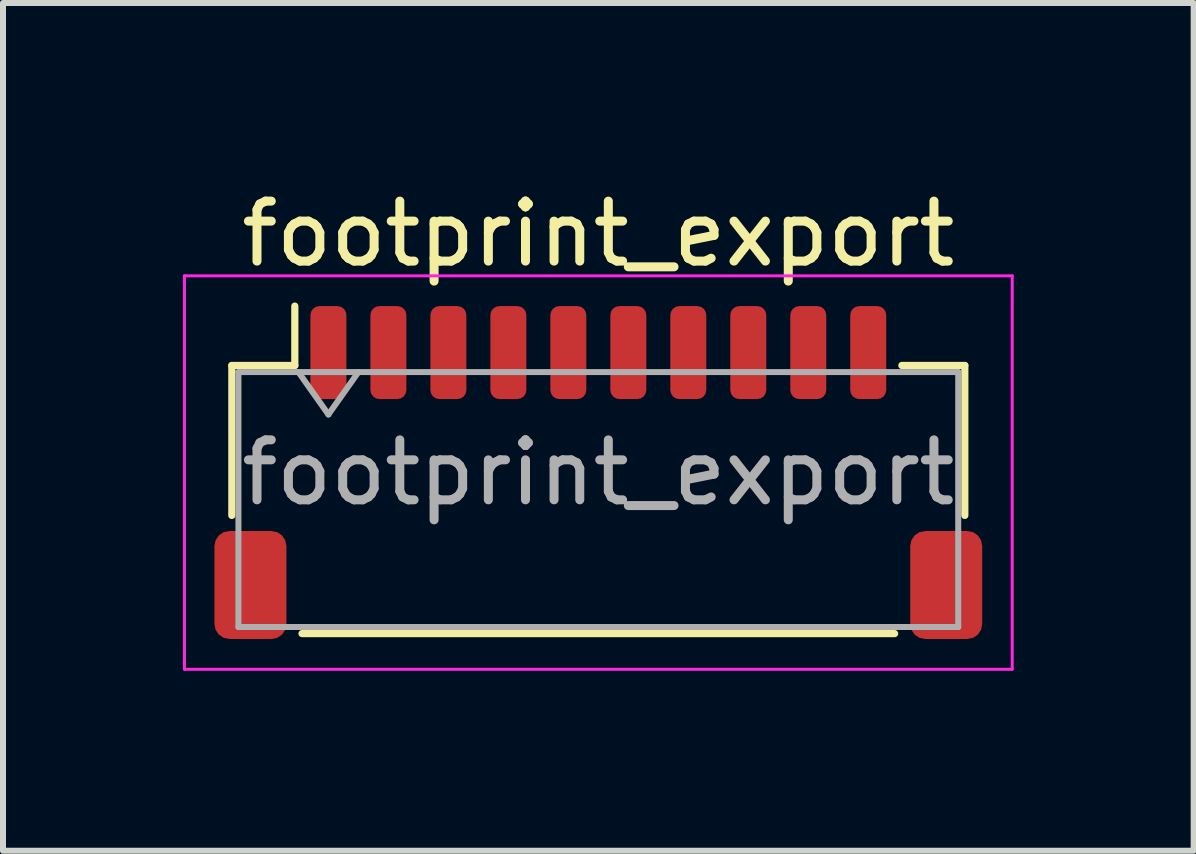
<source format=kicad_pcb>
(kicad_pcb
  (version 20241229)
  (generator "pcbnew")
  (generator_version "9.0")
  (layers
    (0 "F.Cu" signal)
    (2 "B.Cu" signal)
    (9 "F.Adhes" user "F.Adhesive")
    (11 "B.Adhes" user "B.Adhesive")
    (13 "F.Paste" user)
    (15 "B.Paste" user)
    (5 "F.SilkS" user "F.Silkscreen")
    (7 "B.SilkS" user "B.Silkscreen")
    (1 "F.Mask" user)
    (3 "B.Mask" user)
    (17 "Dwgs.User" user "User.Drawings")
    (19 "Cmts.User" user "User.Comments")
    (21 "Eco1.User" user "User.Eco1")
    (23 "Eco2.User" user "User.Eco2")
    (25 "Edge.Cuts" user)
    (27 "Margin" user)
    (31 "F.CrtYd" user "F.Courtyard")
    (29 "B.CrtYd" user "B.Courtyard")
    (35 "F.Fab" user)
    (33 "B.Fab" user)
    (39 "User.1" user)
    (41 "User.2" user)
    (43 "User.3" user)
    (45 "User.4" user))
  (footprint "footprint_export"
    (layer "F.Cu")
    (at 6.925 4.828)
    (property "Reference" "footprint_export" (at 0 -3.98 0) (layer "F.SilkS") (effects (font (size 1 1) (thickness 0.15))))
    (attr smd)
    (fp_line (start -6.11 -1.785) (end -5.06 -1.785) (stroke (width 0.12) (type solid)) (layer "F.SilkS"))
    (fp_line (start -6.11 0.715) (end -6.11 -1.785) (stroke (width 0.12) (type solid)) (layer "F.SilkS"))
    (fp_line (start -5.06 -1.785) (end -5.06 -2.775) (stroke (width 0.12) (type solid)) (layer "F.SilkS"))
    (fp_line (start -4.94 2.685) (end 4.94 2.685) (stroke (width 0.12) (type solid)) (layer "F.SilkS"))
    (fp_line (start 6.11 -1.785) (end 5.06 -1.785) (stroke (width 0.12) (type solid)) (layer "F.SilkS"))
    (fp_line (start 6.11 0.715) (end 6.11 -1.785) (stroke (width 0.12) (type solid)) (layer "F.SilkS"))
    (fp_line (start -6.9 -3.28) (end -6.9 3.28) (stroke (width 0.05) (type solid)) (layer "F.CrtYd"))
    (fp_line (start -6.9 3.28) (end 6.9 3.28) (stroke (width 0.05) (type solid)) (layer "F.CrtYd"))
    (fp_line (start 6.9 -3.28) (end -6.9 -3.28) (stroke (width 0.05) (type solid)) (layer "F.CrtYd"))
    (fp_line (start 6.9 3.28) (end 6.9 -3.28) (stroke (width 0.05) (type solid)) (layer "F.CrtYd"))
    (fp_line (start -6 -1.675) (end -6 2.575) (stroke (width 0.1) (type solid)) (layer "F.Fab"))
    (fp_line (start -6 -1.675) (end 6 -1.675) (stroke (width 0.1) (type solid)) (layer "F.Fab"))
    (fp_line (start -6 2.575) (end 6 2.575) (stroke (width 0.1) (type solid)) (layer "F.Fab"))
    (fp_line (start -5 -1.675) (end -4.5 -0.968) (stroke (width 0.1) (type solid)) (layer "F.Fab"))
    (fp_line (start -4.5 -0.968) (end -4 -1.675) (stroke (width 0.1) (type solid)) (layer "F.Fab"))
    (fp_line (start 6 -1.675) (end 6 2.575) (stroke (width 0.1) (type solid)) (layer "F.Fab"))
    (fp_text user "${REFERENCE}" (at 0 0 0) (layer "F.Fab") (effects (font (size 1 1) (thickness 0.15))))
    (pad "1" smd roundrect (at -4.5 -2) (size 0.6 1.55) (layers "F.Cu" "F.Mask" "F.Paste") (roundrect_rratio 0.25))
    (pad "2" smd roundrect (at -3.5 -2) (size 0.6 1.55) (layers "F.Cu" "F.Mask" "F.Paste") (roundrect_rratio 0.25))
    (pad "3" smd roundrect (at -2.5 -2) (size 0.6 1.55) (layers "F.Cu" "F.Mask" "F.Paste") (roundrect_rratio 0.25))
    (pad "4" smd roundrect (at -1.5 -2) (size 0.6 1.55) (layers "F.Cu" "F.Mask" "F.Paste") (roundrect_rratio 0.25))
    (pad "5" smd roundrect (at -0.5 -2) (size 0.6 1.55) (layers "F.Cu" "F.Mask" "F.Paste") (roundrect_rratio 0.25))
    (pad "6" smd roundrect (at 0.5 -2) (size 0.6 1.55) (layers "F.Cu" "F.Mask" "F.Paste") (roundrect_rratio 0.25))
    (pad "7" smd roundrect (at 1.5 -2) (size 0.6 1.55) (layers "F.Cu" "F.Mask" "F.Paste") (roundrect_rratio 0.25))
    (pad "8" smd roundrect (at 2.5 -2) (size 0.6 1.55) (layers "F.Cu" "F.Mask" "F.Paste") (roundrect_rratio 0.25))
    (pad "9" smd roundrect (at 3.5 -2) (size 0.6 1.55) (layers "F.Cu" "F.Mask" "F.Paste") (roundrect_rratio 0.25))
    (pad "10" smd roundrect (at 4.5 -2) (size 0.6 1.55) (layers "F.Cu" "F.Mask" "F.Paste") (roundrect_rratio 0.25))
    (pad "MP" smd roundrect (at -5.8 1.875) (size 1.2 1.8) (layers "F.Cu" "F.Mask" "F.Paste") (roundrect_rratio 0.208))
    (pad "MP" smd roundrect (at 5.8 1.875) (size 1.2 1.8) (layers "F.Cu" "F.Mask" "F.Paste") (roundrect_rratio 0.208)))
  (gr_rect
    (start -3 -3)
    (end 16.85 11.133)
    (stroke (width 0.1) (type default))
    (fill no)
    (layer "Edge.Cuts")))
</source>
